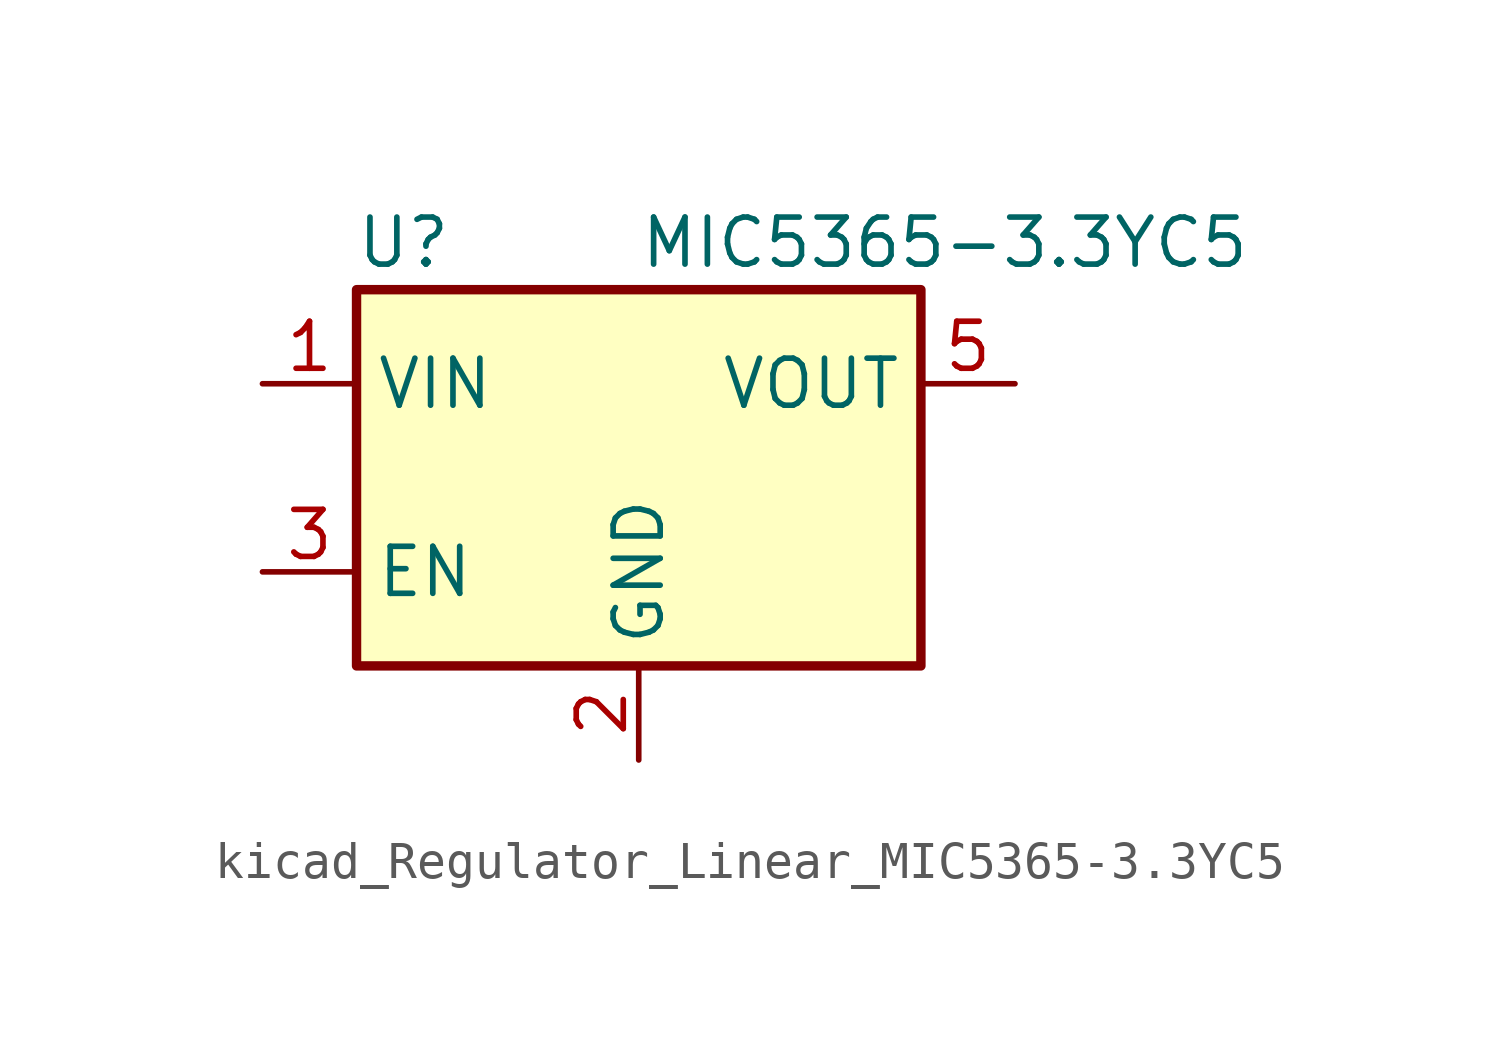
<source format=kicad_sym>
(kicad_symbol_lib
  (version 20220914)
  (generator kicad_symbol_editor)
  (symbol "kicad_Regulator_Linear_MIC5365-3.3YC5"
    (property "Reference" "U"
      (at -6.35 6.35 0)
      (effects (font (size 1.27 1.27))))
    (property "Value" "MIC5365-3.3YC5"
      (at 0 6.35 0)
      (effects (font (size 1.27 1.27)) (justify left)))
    (symbol "kicad_Regulator_Linear_MIC5365-3.3YC5_0_1"
      (rectangle (start -7.62 -5.08) (end 7.62 5.08) (stroke (width 0.254) (type default)) (fill (type background))))
    (symbol "kicad_Regulator_Linear_MIC5365-3.3YC5_1_1"
      (pin power_in line (at -10.16 2.54 0) (length 2.54) (name "VIN" (effects (font (size 1.27 1.27)))) (number "1" (effects (font (size 1.27 1.27)))))
      (pin power_in line (at 0 -7.62 90) (length 2.54) (name "GND" (effects (font (size 1.27 1.27)))) (number "2" (effects (font (size 1.27 1.27)))))
      (pin input line (at -10.16 -2.54 0) (length 2.54) (name "EN" (effects (font (size 1.27 1.27)))) (number "3" (effects (font (size 1.27 1.27)))))
      (pin no_connect line (at 7.62 -2.54 180) (length 2.54) hide (name "NC" (effects (font (size 1.27 1.27)))) (number "4" (effects (font (size 1.27 1.27)))))
      (pin power_out line (at 10.16 2.54 180) (length 2.54) (name "VOUT" (effects (font (size 1.27 1.27)))) (number "5" (effects (font (size 1.27 1.27))))))))
</source>
